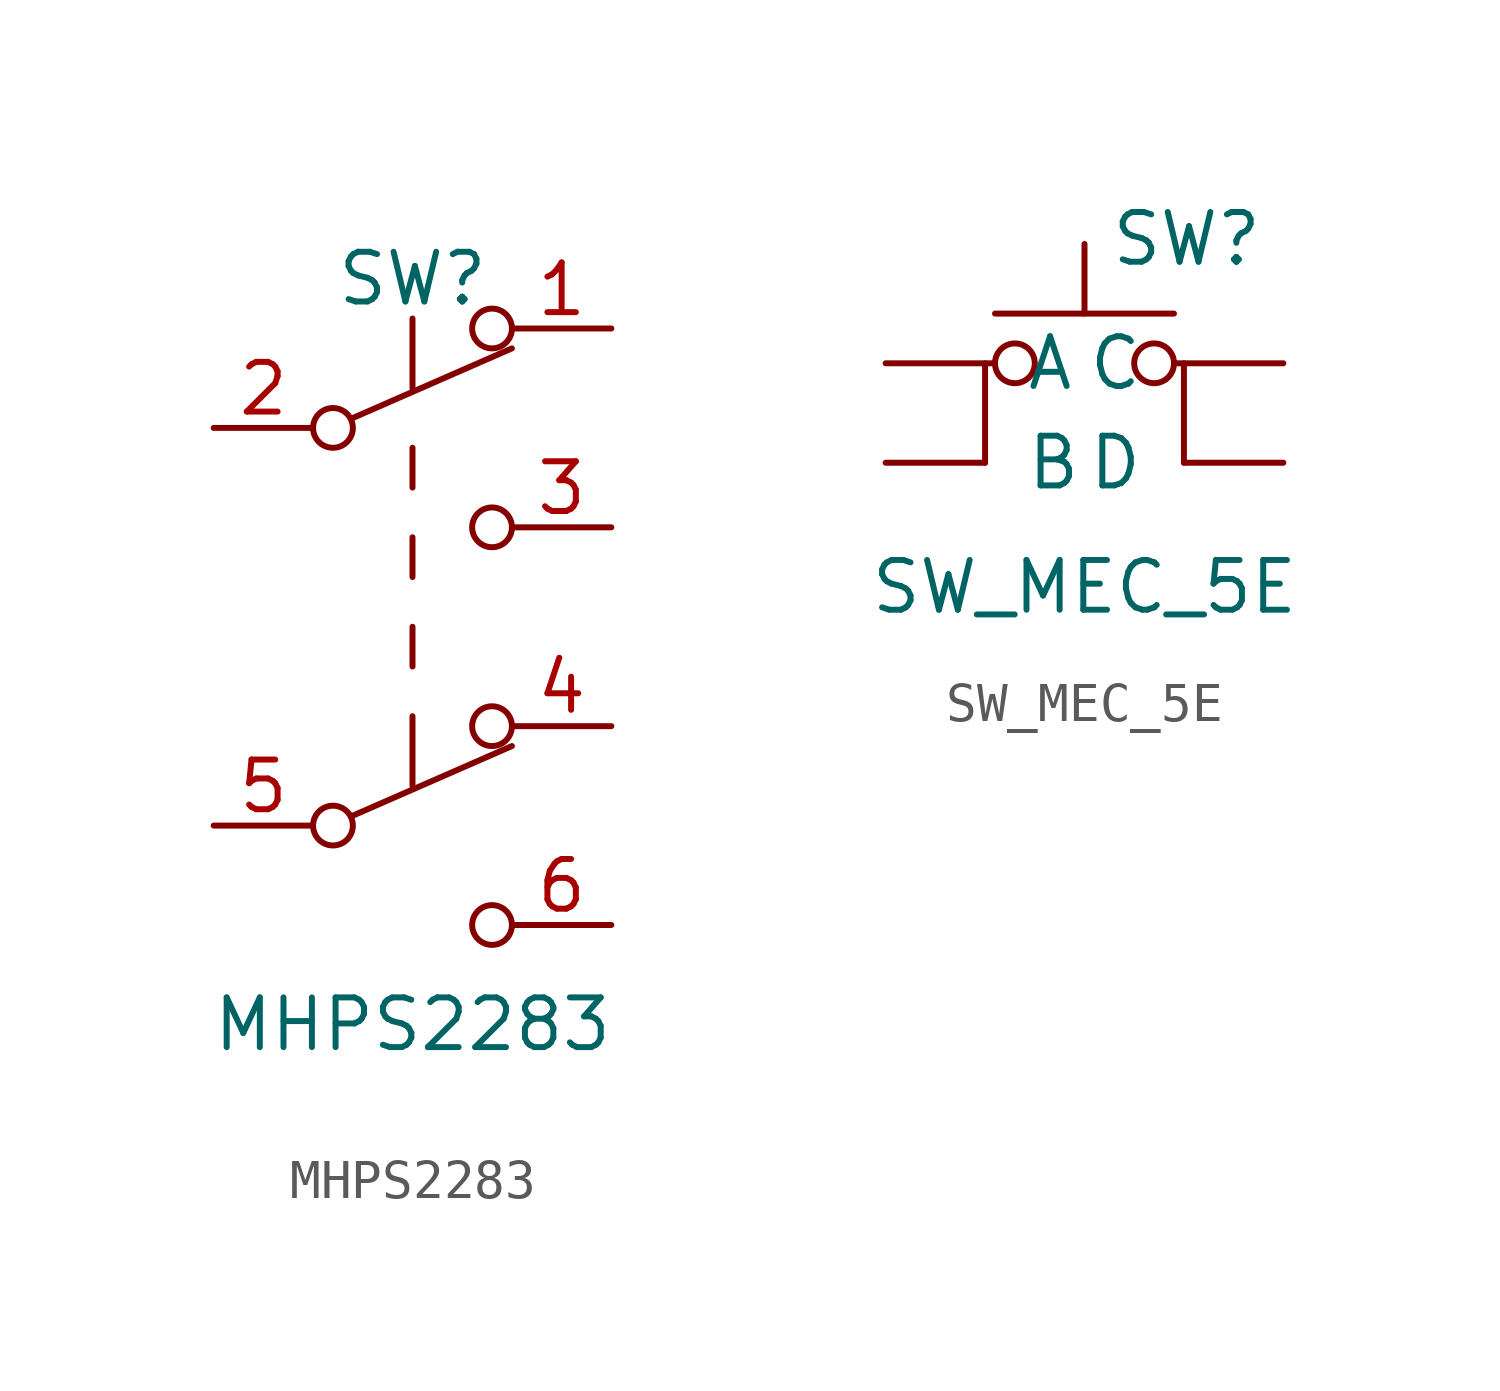
<source format=kicad_sym>
(kicad_symbol_lib
  (version 20211014)
  (generator kicad_symbol_editor)
  (symbol "MHPS2283"
    (pin_names
      (offset 0) hide)
    (property "Reference" "SW"
      (at 0 8.89 0)
      (effects (font (size 1.27 1.27))))
    (property "Value" "MHPS2283"
      (at 0 -10.16 0)
      (effects (font (size 1.27 1.27))))
    (symbol "MHPS2283_0_0"
      (circle (center -2.032 -5.08) (radius 0.508) (stroke (width 0) (type default) (color 0 0 0 0)) (fill (type none)))
      (circle (center -2.032 5.08) (radius 0.508) (stroke (width 0) (type default) (color 0 0 0 0)) (fill (type none)))
      (circle (center 2.032 -7.62) (radius 0.508) (stroke (width 0) (type default) (color 0 0 0 0)) (fill (type none)))
      (circle (center 2.032 2.54) (radius 0.508) (stroke (width 0) (type default) (color 0 0 0 0)) (fill (type none))))
    (symbol "MHPS2283_0_1"
      (polyline (pts (xy -1.524 -4.826) (xy 2.54 -3.048)) (stroke (width 0) (type default) (color 0 0 0 0)) (fill (type none)))
      (polyline (pts (xy -1.524 5.334) (xy 2.54 7.112)) (stroke (width 0) (type default) (color 0 0 0 0)) (fill (type none)))
      (polyline (pts (xy 0 -2.286) (xy 0 -4.064)) (stroke (width 0) (type default) (color 0 0 0 0)) (fill (type none)))
      (polyline (pts (xy 0 -1.016) (xy 0 0)) (stroke (width 0) (type default) (color 0 0 0 0)) (fill (type none)))
      (polyline (pts (xy 0 1.27) (xy 0 2.286)) (stroke (width 0) (type default) (color 0 0 0 0)) (fill (type none)))
      (polyline (pts (xy 0 3.556) (xy 0 4.572)) (stroke (width 0) (type default) (color 0 0 0 0)) (fill (type none)))
      (polyline (pts (xy 0 7.874) (xy 0 6.096)) (stroke (width 0) (type default) (color 0 0 0 0)) (fill (type none)))
      (circle (center 2.032 -2.54) (radius 0.508) (stroke (width 0) (type default) (color 0 0 0 0)) (fill (type none)))
      (circle (center 2.032 7.62) (radius 0.508) (stroke (width 0) (type default) (color 0 0 0 0)) (fill (type none))))
    (symbol "MHPS2283_1_1"
      (pin passive line (at 5.08 7.62 180) (length 2.54) (name "A" (effects (font (size 1.27 1.27)))) (number "1" (effects (font (size 1.27 1.27)))))
      (pin passive line (at -5.08 5.08 0) (length 2.54) (name "B" (effects (font (size 1.27 1.27)))) (number "2" (effects (font (size 1.27 1.27)))))
      (pin passive line (at 5.08 2.54 180) (length 2.54) (name "C" (effects (font (size 1.27 1.27)))) (number "3" (effects (font (size 1.27 1.27)))))
      (pin passive line (at 5.08 -2.54 180) (length 2.54) (name "A" (effects (font (size 1.27 1.27)))) (number "4" (effects (font (size 1.27 1.27)))))
      (pin passive line (at -5.08 -5.08 0) (length 2.54) (name "B" (effects (font (size 1.27 1.27)))) (number "5" (effects (font (size 1.27 1.27)))))
      (pin passive line (at 5.08 -7.62 180) (length 2.54) (name "C" (effects (font (size 1.27 1.27)))) (number "6" (effects (font (size 1.27 1.27)))))))
  (symbol "SW_MEC_5E"
    (pin_numbers hide)
    (pin_names
      (offset 1.016))
    (property "Reference" "SW"
      (at 0.635 5.715 0)
      (effects (font (size 1.27 1.27)) (justify left)))
    (property "Value" "SW_MEC_5E"
      (at 0 -3.175 0)
      (effects (font (size 1.27 1.27))))
    (symbol "SW_MEC_5E_0_1"
      (circle (center -1.778 2.54) (radius 0.508) (stroke (width 0) (type default) (color 0 0 0 0)) (fill (type none)))
      (polyline (pts (xy -2.286 3.81) (xy 2.286 3.81)) (stroke (width 0) (type default) (color 0 0 0 0)) (fill (type none)))
      (polyline (pts (xy 0 3.81) (xy 0 5.588)) (stroke (width 0) (type default) (color 0 0 0 0)) (fill (type none)))
      (polyline (pts (xy -2.54 0) (xy -2.54 2.54) (xy -2.286 2.54)) (stroke (width 0) (type default) (color 0 0 0 0)) (fill (type none)))
      (polyline (pts (xy 2.54 0) (xy 2.54 2.54) (xy 2.286 2.54)) (stroke (width 0) (type default) (color 0 0 0 0)) (fill (type none)))
      (circle (center 1.778 2.54) (radius 0.508) (stroke (width 0) (type default) (color 0 0 0 0)) (fill (type none)))
      (pin passive line (at -5.08 2.54 0) (length 2.54) (name "A" (effects (font (size 1.27 1.27)))) (number "A" (effects (font (size 1.27 1.27)))))
      (pin passive line (at -5.08 0 0) (length 2.54) (name "B" (effects (font (size 1.27 1.27)))) (number "B" (effects (font (size 1.27 1.27)))))
      (pin passive line (at 5.08 2.54 180) (length 2.54) (name "C" (effects (font (size 1.27 1.27)))) (number "C" (effects (font (size 1.27 1.27)))))
      (pin passive line (at 5.08 0 180) (length 2.54) (name "D" (effects (font (size 1.27 1.27)))) (number "D" (effects (font (size 1.27 1.27))))))))
</source>
